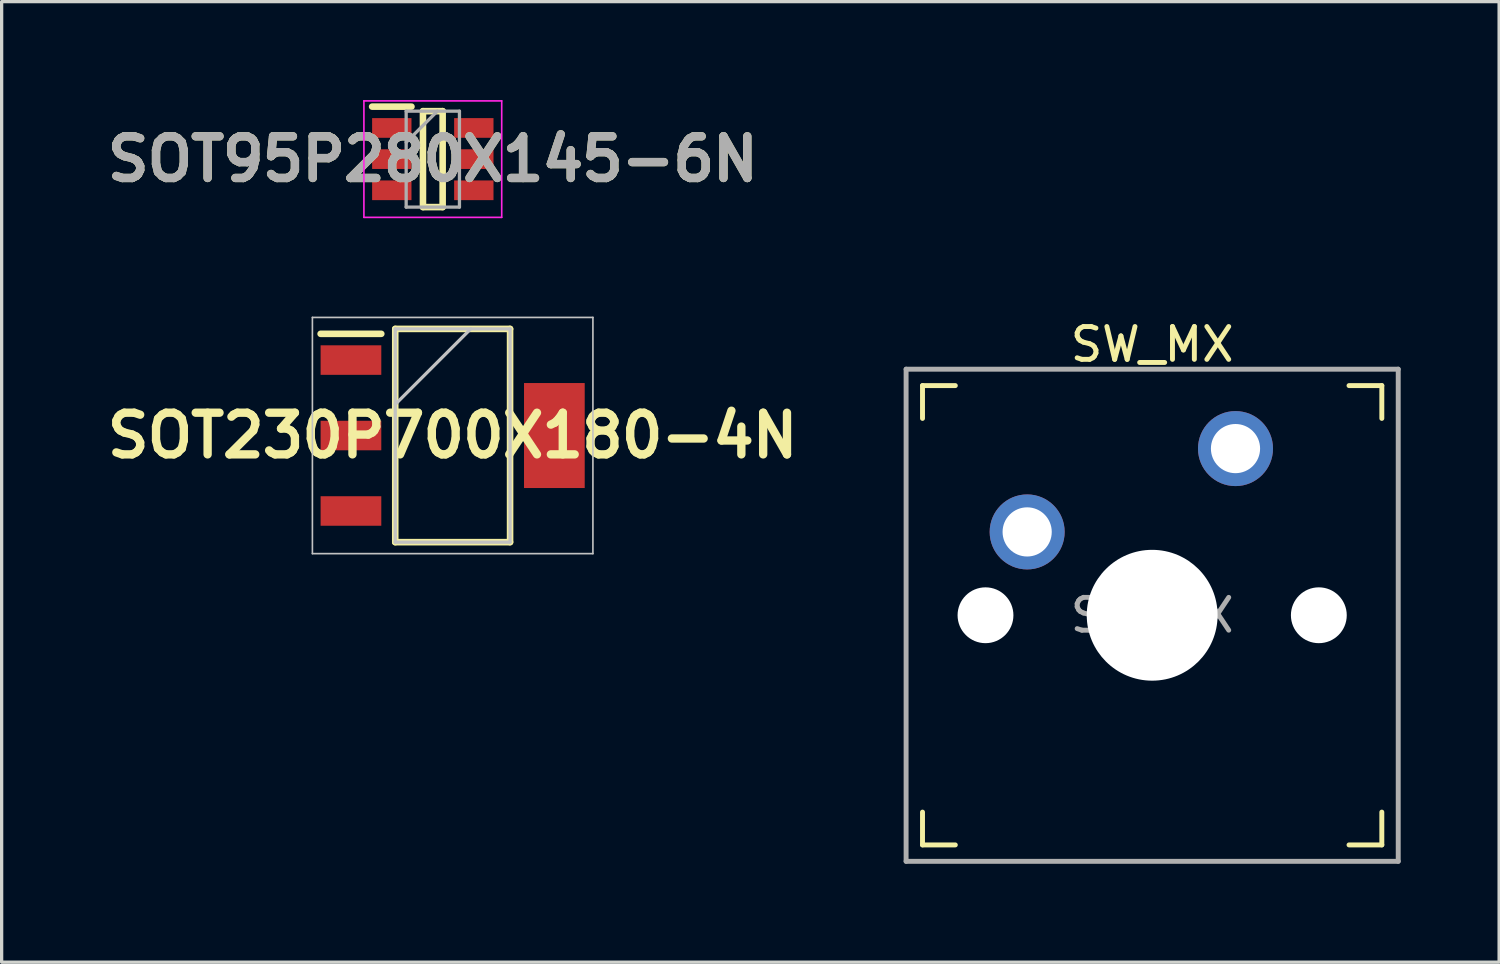
<source format=kicad_pcb>
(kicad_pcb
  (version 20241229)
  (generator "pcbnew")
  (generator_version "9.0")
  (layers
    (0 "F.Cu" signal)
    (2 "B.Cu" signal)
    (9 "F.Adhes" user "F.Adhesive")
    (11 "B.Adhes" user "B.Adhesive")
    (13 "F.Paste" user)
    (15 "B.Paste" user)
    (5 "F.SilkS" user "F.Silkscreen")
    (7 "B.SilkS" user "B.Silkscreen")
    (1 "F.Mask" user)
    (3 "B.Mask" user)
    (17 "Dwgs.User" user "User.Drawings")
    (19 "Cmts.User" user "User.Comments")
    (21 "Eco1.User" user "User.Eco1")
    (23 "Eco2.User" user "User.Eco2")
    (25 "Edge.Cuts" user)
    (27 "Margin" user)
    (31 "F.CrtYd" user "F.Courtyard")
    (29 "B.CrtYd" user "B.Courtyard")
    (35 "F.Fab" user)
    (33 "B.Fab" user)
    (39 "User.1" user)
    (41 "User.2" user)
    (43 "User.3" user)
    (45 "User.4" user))
  (footprint "SOT95P280X145-6N"
    (layer "F.Cu")
    (at 10.142 1.8)
    (property "Reference" "SOT95P280X145-6N" (at 0 0 0) (layer "F.SilkS") (effects (font (size 1.27 1.27) (thickness 0.254))))
    (attr smd)
    (fp_line (start -1.85 -1.6) (end -0.65 -1.6) (stroke (width 0.2) (type solid)) (layer "F.SilkS"))
    (fp_line (start -0.3 -1.462) (end 0.3 -1.462) (stroke (width 0.2) (type solid)) (layer "F.SilkS"))
    (fp_line (start -0.3 1.462) (end -0.3 -1.462) (stroke (width 0.2) (type solid)) (layer "F.SilkS"))
    (fp_line (start 0.3 -1.462) (end 0.3 1.462) (stroke (width 0.2) (type solid)) (layer "F.SilkS"))
    (fp_line (start 0.3 1.462) (end -0.3 1.462) (stroke (width 0.2) (type solid)) (layer "F.SilkS"))
    (fp_line (start -2.1 -1.775) (end 2.1 -1.775) (stroke (width 0.05) (type solid)) (layer "F.CrtYd"))
    (fp_line (start -2.1 1.775) (end -2.1 -1.775) (stroke (width 0.05) (type solid)) (layer "F.CrtYd"))
    (fp_line (start 2.1 -1.775) (end 2.1 1.775) (stroke (width 0.05) (type solid)) (layer "F.CrtYd"))
    (fp_line (start 2.1 1.775) (end -2.1 1.775) (stroke (width 0.05) (type solid)) (layer "F.CrtYd"))
    (fp_line (start -0.812 -1.462) (end 0.812 -1.462) (stroke (width 0.1) (type solid)) (layer "F.Fab"))
    (fp_line (start -0.812 -0.512) (end 0.138 -1.462) (stroke (width 0.1) (type solid)) (layer "F.Fab"))
    (fp_line (start -0.812 1.462) (end -0.812 -1.462) (stroke (width 0.1) (type solid)) (layer "F.Fab"))
    (fp_line (start 0.812 -1.462) (end 0.812 1.462) (stroke (width 0.1) (type solid)) (layer "F.Fab"))
    (fp_line (start 0.812 1.462) (end -0.812 1.462) (stroke (width 0.1) (type solid)) (layer "F.Fab"))
    (fp_text user "${REFERENCE}" (at 0 0 0) (layer "F.Fab") (effects (font (size 1.27 1.27) (thickness 0.254))))
    (pad "1" smd rect (at -1.25 -0.95 90) (size 0.6 1.2) (layers "F.Cu" "F.Mask" "F.Paste"))
    (pad "2" smd rect (at -1.25 0 90) (size 0.6 1.2) (layers "F.Cu" "F.Mask" "F.Paste"))
    (pad "3" smd rect (at -1.25 0.95 90) (size 0.6 1.2) (layers "F.Cu" "F.Mask" "F.Paste"))
    (pad "4" smd rect (at 1.25 0.95 90) (size 0.6 1.2) (layers "F.Cu" "F.Mask" "F.Paste"))
    (pad "5" smd rect (at 1.25 0 90) (size 0.6 1.2) (layers "F.Cu" "F.Mask" "F.Paste"))
    (pad "6" smd rect (at 1.25 -0.95 90) (size 0.6 1.2) (layers "F.Cu" "F.Mask" "F.Paste")))
  (footprint "SOT230P700X180-4N"
    (layer "F.Cu")
    (at 10.747 10.225)
    (property "Reference" "SOT230P700X180-4N" (at 0 0 0) (layer "F.SilkS") (effects (font (size 1.27 1.27) (thickness 0.254))))
    (attr smd)
    (fp_line (start -4.025 -3.1) (end -2.175 -3.1) (stroke (width 0.2) (type solid)) (layer "F.SilkS"))
    (fp_line (start -1.75 -3.25) (end 1.75 -3.25) (stroke (width 0.2) (type solid)) (layer "F.SilkS"))
    (fp_line (start -1.75 3.25) (end -1.75 -3.25) (stroke (width 0.2) (type solid)) (layer "F.SilkS"))
    (fp_line (start 1.75 -3.25) (end 1.75 3.25) (stroke (width 0.2) (type solid)) (layer "F.SilkS"))
    (fp_line (start 1.75 3.25) (end -1.75 3.25) (stroke (width 0.2) (type solid)) (layer "F.SilkS"))
    (fp_line (start -4.275 -3.6) (end 4.275 -3.6) (stroke (width 0.05) (type solid)) (layer "Dwgs.User"))
    (fp_line (start -4.275 3.6) (end -4.275 -3.6) (stroke (width 0.05) (type solid)) (layer "Dwgs.User"))
    (fp_line (start -1.75 -3.25) (end 1.75 -3.25) (stroke (width 0.1) (type solid)) (layer "Dwgs.User"))
    (fp_line (start -1.75 -0.95) (end 0.55 -3.25) (stroke (width 0.1) (type solid)) (layer "Dwgs.User"))
    (fp_line (start -1.75 3.25) (end -1.75 -3.25) (stroke (width 0.1) (type solid)) (layer "Dwgs.User"))
    (fp_line (start 1.75 -3.25) (end 1.75 3.25) (stroke (width 0.1) (type solid)) (layer "Dwgs.User"))
    (fp_line (start 1.75 3.25) (end -1.75 3.25) (stroke (width 0.1) (type solid)) (layer "Dwgs.User"))
    (fp_line (start 4.275 -3.6) (end 4.275 3.6) (stroke (width 0.05) (type solid)) (layer "Dwgs.User"))
    (fp_line (start 4.275 3.6) (end -4.275 3.6) (stroke (width 0.05) (type solid)) (layer "Dwgs.User"))
    (pad "1" smd rect (at -3.1 -2.3 90) (size 0.9 1.85) (layers "F.Cu" "F.Mask" "F.Paste"))
    (pad "2" smd rect (at -3.1 0 90) (size 0.9 1.85) (layers "F.Cu" "F.Mask" "F.Paste"))
    (pad "3" smd rect (at -3.1 2.3 90) (size 0.9 1.85) (layers "F.Cu" "F.Mask" "F.Paste"))
    (pad "4" smd rect (at 3.1 0) (size 1.85 3.2) (layers "F.Cu" "F.Mask" "F.Paste")))
  (footprint "SW_MX"
    (layer "F.Cu")
    (at 32.068 15.703)
    (property "Reference" "SW_MX" (at 0 -8.255 0) (layer "F.SilkS") (effects (font (size 1 1) (thickness 0.15))))
    (attr through_hole)
    (fp_line (start -7 -6) (end -7 -7) (stroke (width 0.15) (type solid)) (layer "F.SilkS"))
    (fp_line (start -7 7) (end -7 6) (stroke (width 0.15) (type solid)) (layer "F.SilkS"))
    (fp_line (start -7 7) (end -6 7) (stroke (width 0.15) (type solid)) (layer "F.SilkS"))
    (fp_line (start -6 -7) (end -7 -7) (stroke (width 0.15) (type solid)) (layer "F.SilkS"))
    (fp_line (start 6 7) (end 7 7) (stroke (width 0.15) (type solid)) (layer "F.SilkS"))
    (fp_line (start 7 -7) (end 6 -7) (stroke (width 0.15) (type solid)) (layer "F.SilkS"))
    (fp_line (start 7 -7) (end 7 -6) (stroke (width 0.15) (type solid)) (layer "F.SilkS"))
    (fp_line (start 7 6) (end 7 7) (stroke (width 0.15) (type solid)) (layer "F.SilkS"))
    (fp_line (start -6.9 6.9) (end -6.9 -6.9) (stroke (width 0.15) (type solid)) (layer "Eco2.User"))
    (fp_line (start -6.9 6.9) (end 6.9 6.9) (stroke (width 0.15) (type solid)) (layer "Eco2.User"))
    (fp_line (start 6.9 -6.9) (end -6.9 -6.9) (stroke (width 0.15) (type solid)) (layer "Eco2.User"))
    (fp_line (start 6.9 -6.9) (end 6.9 6.9) (stroke (width 0.15) (type solid)) (layer "Eco2.User"))
    (fp_line (start -7.5 -7.5) (end 7.5 -7.5) (stroke (width 0.15) (type solid)) (layer "F.Fab"))
    (fp_line (start -7.5 7.5) (end -7.5 -7.5) (stroke (width 0.15) (type solid)) (layer "F.Fab"))
    (fp_line (start 7.5 -7.5) (end 7.5 7.5) (stroke (width 0.15) (type solid)) (layer "F.Fab"))
    (fp_line (start 7.5 7.5) (end -7.5 7.5) (stroke (width 0.15) (type solid)) (layer "F.Fab"))
    (fp_text user "${REFERENCE}" (at 0 0 0) (layer "F.Fab") (effects (font (size 1 1) (thickness 0.15))))
    (pad "" np_thru_hole circle (at -5.08 0) (size 1.702 1.702) (drill 1.702) (layers "*.Cu" "*.Mask"))
    (pad "" np_thru_hole circle (at 0 0) (size 3.988 3.988) (drill 3.988) (layers "*.Cu" "*.Mask"))
    (pad "" np_thru_hole circle (at 5.08 0) (size 1.702 1.702) (drill 1.702) (layers "*.Cu" "*.Mask"))
    (pad "1" thru_hole circle (at 2.54 -5.08) (size 2.286 2.286) (drill 1.499) (layers "*.Cu" "*.Mask"))
    (pad "2" thru_hole circle (at -3.81 -2.54) (size 2.286 2.286) (drill 1.499) (layers "*.Cu" "*.Mask")))
  (gr_rect
    (start -3 -3)
    (end 42.643 26.278)
    (stroke (width 0.1) (type default))
    (fill no)
    (layer "Edge.Cuts")))
</source>
